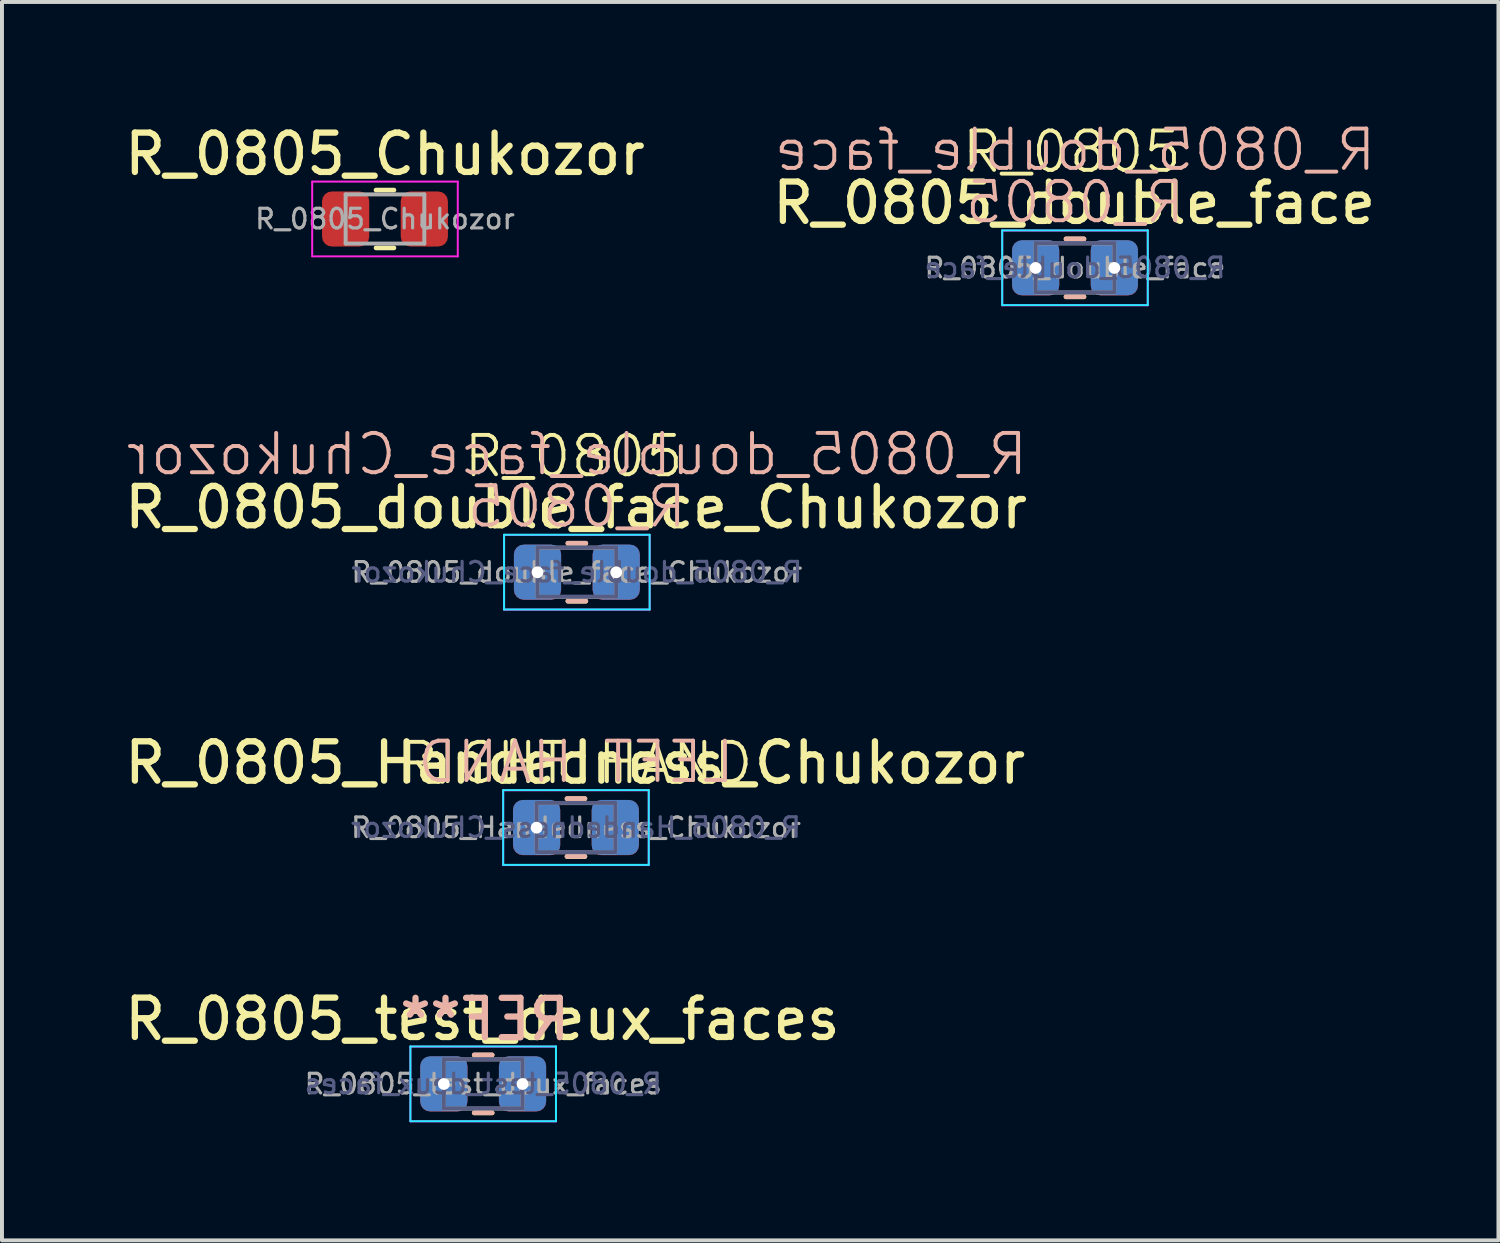
<source format=kicad_pcb>
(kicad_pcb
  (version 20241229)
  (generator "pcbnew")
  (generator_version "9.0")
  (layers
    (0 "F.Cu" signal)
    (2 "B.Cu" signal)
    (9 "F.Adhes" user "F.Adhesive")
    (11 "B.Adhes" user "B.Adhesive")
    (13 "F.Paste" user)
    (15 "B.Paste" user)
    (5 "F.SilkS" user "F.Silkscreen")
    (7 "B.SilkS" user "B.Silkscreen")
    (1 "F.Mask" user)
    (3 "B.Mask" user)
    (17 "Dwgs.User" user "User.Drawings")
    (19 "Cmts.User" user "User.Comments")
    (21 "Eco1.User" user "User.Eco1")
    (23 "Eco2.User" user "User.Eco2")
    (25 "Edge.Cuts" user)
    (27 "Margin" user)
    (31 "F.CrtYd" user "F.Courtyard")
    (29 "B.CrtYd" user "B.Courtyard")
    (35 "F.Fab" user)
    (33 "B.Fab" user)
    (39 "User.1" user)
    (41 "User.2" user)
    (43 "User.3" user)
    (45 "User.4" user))
  (footprint "R_0805_double_face"
    (layer "F.Cu")
    (at 24.273 3.76)
    (property "Reference" "R_0805_double_face" (at -0.02 -1.65 0) (layer "F.SilkS") (effects (font (size 1 1) (thickness 0.16))))
    (property "Value" "R_0805" (at 0 1.65 0) (layer "F.Fab") (hide yes) (effects (font (size 1 1) (thickness 0.15))))
    (property "F.Silkscreen_Value" "${VALUE}" (at -0.08 -2.95 0) (layer "F.SilkS") (effects (font (size 1 1) (thickness 0.1))))
    (property "B.Silkscreen_Ref" "${REFERENCE}" (at 0 -3 0) (layer "B.SilkS") (effects (font (size 1 1) (thickness 0.1)) (justify mirror)))
    (property "B.Silkscreen_Value" "${VALUE}" (at 0 -1.67 0) (layer "B.SilkS") (effects (font (size 1 1) (thickness 0.1)) (justify mirror)))
    (attr smd)
    (fp_line (start -0.227 -0.735) (end 0.227 -0.735) (stroke (width 0.12) (type solid)) (layer "F.SilkS"))
    (fp_line (start -0.227 0.735) (end 0.227 0.735) (stroke (width 0.12) (type solid)) (layer "F.SilkS"))
    (fp_line (start -0.227 -0.74) (end 0.227 -0.74) (stroke (width 0.12) (type solid)) (layer "B.SilkS"))
    (fp_line (start -0.227 0.73) (end 0.227 0.73) (stroke (width 0.12) (type solid)) (layer "B.SilkS"))
    (fp_line (start -1.85 -0.955) (end 1.85 -0.955) (stroke (width 0.05) (type solid)) (layer "B.CrtYd"))
    (fp_line (start -1.85 0.945) (end -1.85 -0.955) (stroke (width 0.05) (type solid)) (layer "B.CrtYd"))
    (fp_line (start 1.85 -0.955) (end 1.85 0.945) (stroke (width 0.05) (type solid)) (layer "B.CrtYd"))
    (fp_line (start 1.85 0.945) (end -1.85 0.945) (stroke (width 0.05) (type solid)) (layer "B.CrtYd"))
    (fp_line (start -1.85 -0.95) (end 1.85 -0.95) (stroke (width 0.05) (type solid)) (layer "F.CrtYd"))
    (fp_line (start -1.85 0.95) (end -1.85 -0.95) (stroke (width 0.05) (type solid)) (layer "F.CrtYd"))
    (fp_line (start 1.85 -0.95) (end 1.85 0.95) (stroke (width 0.05) (type solid)) (layer "F.CrtYd"))
    (fp_line (start 1.85 0.95) (end -1.85 0.95) (stroke (width 0.05) (type solid)) (layer "F.CrtYd"))
    (fp_line (start -1 -0.63) (end 1 -0.63) (stroke (width 0.1) (type solid)) (layer "B.Fab"))
    (fp_line (start -1 0.62) (end -1 -0.63) (stroke (width 0.1) (type solid)) (layer "B.Fab"))
    (fp_line (start 1 -0.63) (end 1 0.62) (stroke (width 0.1) (type solid)) (layer "B.Fab"))
    (fp_line (start 1 0.62) (end -1 0.62) (stroke (width 0.1) (type solid)) (layer "B.Fab"))
    (fp_line (start -1 -0.625) (end 1 -0.625) (stroke (width 0.1) (type solid)) (layer "F.Fab"))
    (fp_line (start -1 0.625) (end -1 -0.625) (stroke (width 0.1) (type solid)) (layer "F.Fab"))
    (fp_line (start 1 -0.625) (end 1 0.625) (stroke (width 0.1) (type solid)) (layer "F.Fab"))
    (fp_line (start 1 0.625) (end -1 0.625) (stroke (width 0.1) (type solid)) (layer "F.Fab"))
    (fp_text user "${REFERENCE}" (at 0 -0.005 0) (layer "B.Fab") (effects (font (size 0.5 0.5) (thickness 0.08)) (justify mirror)))
    (fp_text user "${REFERENCE}" (at 0 0 0) (layer "F.Fab") (effects (font (size 0.5 0.5) (thickness 0.08))))
    (pad "1" smd roundrect (at -1 -0.005) (size 1.2 1.4) (layers "B.Cu" "B.Mask" "B.Paste") (roundrect_rratio 0.208))
    (pad "1" thru_hole circle (at -1 0) (size 0.6 0.6) (drill 0.3) (layers "*.Cu"))
    (pad "1" smd roundrect (at -1 0) (size 1.2 1.4) (layers "F.Cu" "F.Mask" "F.Paste") (roundrect_rratio 0.208))
    (pad "2" smd roundrect (at 1 -0.005) (size 1.2 1.4) (layers "B.Cu" "B.Mask" "B.Paste") (roundrect_rratio 0.208))
    (pad "2" thru_hole circle (at 1 0) (size 0.6 0.6) (drill 0.3) (layers "*.Cu"))
    (pad "2" smd roundrect (at 1 0) (size 1.2 1.4) (layers "F.Cu" "F.Mask" "F.Paste") (roundrect_rratio 0.208)))
  (footprint "R_0805_double_face_Chukozor"
    (layer "F.Cu")
    (at 11.612 11.496)
    (property "Reference" "R_0805_double_face_Chukozor" (at -0.02 -1.65 0) (layer "F.SilkS") (effects (font (size 1 1) (thickness 0.16))))
    (property "Value" "R_0805" (at 0 1.65 0) (layer "F.Fab") (hide yes) (effects (font (size 1 1) (thickness 0.15))))
    (property "F.Silkscreen_Value" "${VALUE}" (at -0.08 -2.95 0) (layer "F.SilkS") (effects (font (size 1 1) (thickness 0.1))))
    (property "B.Silkscreen_Ref" "${REFERENCE}" (at 0 -3 0) (layer "B.SilkS") (effects (font (size 1 1) (thickness 0.1)) (justify mirror)))
    (property "B.Silkscreen_Value" "${VALUE}" (at 0 -1.67 0) (layer "B.SilkS") (effects (font (size 1 1) (thickness 0.1)) (justify mirror)))
    (attr smd)
    (fp_line (start -0.227 -0.735) (end 0.227 -0.735) (stroke (width 0.12) (type solid)) (layer "F.SilkS"))
    (fp_line (start -0.227 0.735) (end 0.227 0.735) (stroke (width 0.12) (type solid)) (layer "F.SilkS"))
    (fp_line (start -0.227 -0.74) (end 0.227 -0.74) (stroke (width 0.12) (type solid)) (layer "B.SilkS"))
    (fp_line (start -0.227 0.73) (end 0.227 0.73) (stroke (width 0.12) (type solid)) (layer "B.SilkS"))
    (fp_line (start -1.85 -0.955) (end 1.85 -0.955) (stroke (width 0.05) (type solid)) (layer "B.CrtYd"))
    (fp_line (start -1.85 0.945) (end -1.85 -0.955) (stroke (width 0.05) (type solid)) (layer "B.CrtYd"))
    (fp_line (start 1.85 -0.955) (end 1.85 0.945) (stroke (width 0.05) (type solid)) (layer "B.CrtYd"))
    (fp_line (start 1.85 0.945) (end -1.85 0.945) (stroke (width 0.05) (type solid)) (layer "B.CrtYd"))
    (fp_line (start -1.85 -0.95) (end 1.85 -0.95) (stroke (width 0.05) (type solid)) (layer "F.CrtYd"))
    (fp_line (start -1.85 0.95) (end -1.85 -0.95) (stroke (width 0.05) (type solid)) (layer "F.CrtYd"))
    (fp_line (start 1.85 -0.95) (end 1.85 0.95) (stroke (width 0.05) (type solid)) (layer "F.CrtYd"))
    (fp_line (start 1.85 0.95) (end -1.85 0.95) (stroke (width 0.05) (type solid)) (layer "F.CrtYd"))
    (fp_line (start -1 -0.63) (end 1 -0.63) (stroke (width 0.1) (type solid)) (layer "B.Fab"))
    (fp_line (start -1 0.62) (end -1 -0.63) (stroke (width 0.1) (type solid)) (layer "B.Fab"))
    (fp_line (start 1 -0.63) (end 1 0.62) (stroke (width 0.1) (type solid)) (layer "B.Fab"))
    (fp_line (start 1 0.62) (end -1 0.62) (stroke (width 0.1) (type solid)) (layer "B.Fab"))
    (fp_line (start -1 -0.625) (end 1 -0.625) (stroke (width 0.1) (type solid)) (layer "F.Fab"))
    (fp_line (start -1 0.625) (end -1 -0.625) (stroke (width 0.1) (type solid)) (layer "F.Fab"))
    (fp_line (start 1 -0.625) (end 1 0.625) (stroke (width 0.1) (type solid)) (layer "F.Fab"))
    (fp_line (start 1 0.625) (end -1 0.625) (stroke (width 0.1) (type solid)) (layer "F.Fab"))
    (fp_text user "${REFERENCE}" (at 0 -0.005 0) (layer "B.Fab") (effects (font (size 0.5 0.5) (thickness 0.08)) (justify mirror)))
    (fp_text user "${REFERENCE}" (at 0 0 0) (layer "F.Fab") (effects (font (size 0.5 0.5) (thickness 0.08))))
    (pad "1" smd roundrect (at -1 -0.005) (size 1.2 1.4) (layers "B.Cu" "B.Mask" "B.Paste") (roundrect_rratio 0.208))
    (pad "1" thru_hole circle (at -1 0) (size 0.6 0.6) (drill 0.3) (layers "*.Cu"))
    (pad "1" smd roundrect (at -1 0) (size 1.2 1.4) (layers "F.Cu" "F.Mask" "F.Paste") (roundrect_rratio 0.208))
    (pad "2" smd roundrect (at 1 -0.005) (size 1.2 1.4) (layers "B.Cu" "B.Mask" "B.Paste") (roundrect_rratio 0.208))
    (pad "2" thru_hole circle (at 1 0) (size 0.6 0.6) (drill 0.3) (layers "*.Cu"))
    (pad "2" smd roundrect (at 1 0) (size 1.2 1.4) (layers "F.Cu" "F.Mask" "F.Paste") (roundrect_rratio 0.208)))
  (footprint "R_0805_Chukozor"
    (layer "F.Cu")
    (at 6.735 2.516)
    (property "Reference" "R_0805_Chukozor" (at 0 -1.65 0) (layer "F.SilkS") (effects (font (size 1 1) (thickness 0.16))))
    (attr smd)
    (fp_line (start -0.227 -0.735) (end 0.227 -0.735) (stroke (width 0.12) (type solid)) (layer "F.SilkS"))
    (fp_line (start -0.227 0.735) (end 0.227 0.735) (stroke (width 0.12) (type solid)) (layer "F.SilkS"))
    (fp_line (start -1.85 -0.95) (end 1.85 -0.95) (stroke (width 0.05) (type solid)) (layer "F.CrtYd"))
    (fp_line (start -1.85 0.95) (end -1.85 -0.95) (stroke (width 0.05) (type solid)) (layer "F.CrtYd"))
    (fp_line (start 1.85 -0.95) (end 1.85 0.95) (stroke (width 0.05) (type solid)) (layer "F.CrtYd"))
    (fp_line (start 1.85 0.95) (end -1.85 0.95) (stroke (width 0.05) (type solid)) (layer "F.CrtYd"))
    (fp_line (start -1 -0.625) (end 1 -0.625) (stroke (width 0.1) (type solid)) (layer "F.Fab"))
    (fp_line (start -1 0.625) (end -1 -0.625) (stroke (width 0.1) (type solid)) (layer "F.Fab"))
    (fp_line (start 1 -0.625) (end 1 0.625) (stroke (width 0.1) (type solid)) (layer "F.Fab"))
    (fp_line (start 1 0.625) (end -1 0.625) (stroke (width 0.1) (type solid)) (layer "F.Fab"))
    (fp_text user "${REFERENCE}" (at 0 0 0) (layer "F.Fab") (effects (font (size 0.5 0.5) (thickness 0.08))))
    (pad "1" smd roundrect (at -1 0) (size 1.2 1.4) (layers "F.Cu" "F.Mask" "F.Paste") (roundrect_rratio 0.208))
    (pad "2" smd roundrect (at 1 0) (size 1.2 1.4) (layers "F.Cu" "F.Mask" "F.Paste") (roundrect_rratio 0.208)))
  (footprint "R_0805_test_deux_faces"
    (layer "F.Cu")
    (at 9.231 24.502)
    (property "Reference" "R_0805_test_deux_faces" (at -0.02 -1.65 0) (layer "F.SilkS") (effects (font (size 1 1) (thickness 0.16))))
    (attr smd)
    (fp_line (start -0.227 -0.735) (end 0.227 -0.735) (stroke (width 0.12) (type solid)) (layer "F.SilkS"))
    (fp_line (start -0.227 0.735) (end 0.227 0.735) (stroke (width 0.12) (type solid)) (layer "F.SilkS"))
    (fp_line (start -0.227 -0.74) (end 0.227 -0.74) (stroke (width 0.12) (type solid)) (layer "B.SilkS"))
    (fp_line (start -0.227 0.73) (end 0.227 0.73) (stroke (width 0.12) (type solid)) (layer "B.SilkS"))
    (fp_line (start -1.85 -0.955) (end 1.85 -0.955) (stroke (width 0.05) (type solid)) (layer "B.CrtYd"))
    (fp_line (start -1.85 0.945) (end -1.85 -0.955) (stroke (width 0.05) (type solid)) (layer "B.CrtYd"))
    (fp_line (start 1.85 -0.955) (end 1.85 0.945) (stroke (width 0.05) (type solid)) (layer "B.CrtYd"))
    (fp_line (start 1.85 0.945) (end -1.85 0.945) (stroke (width 0.05) (type solid)) (layer "B.CrtYd"))
    (fp_line (start -1.85 -0.95) (end 1.85 -0.95) (stroke (width 0.05) (type solid)) (layer "F.CrtYd"))
    (fp_line (start -1.85 0.95) (end -1.85 -0.95) (stroke (width 0.05) (type solid)) (layer "F.CrtYd"))
    (fp_line (start 1.85 -0.95) (end 1.85 0.95) (stroke (width 0.05) (type solid)) (layer "F.CrtYd"))
    (fp_line (start 1.85 0.95) (end -1.85 0.95) (stroke (width 0.05) (type solid)) (layer "F.CrtYd"))
    (fp_line (start -1 -0.63) (end 1 -0.63) (stroke (width 0.1) (type solid)) (layer "B.Fab"))
    (fp_line (start -1 0.62) (end -1 -0.63) (stroke (width 0.1) (type solid)) (layer "B.Fab"))
    (fp_line (start 1 -0.63) (end 1 0.62) (stroke (width 0.1) (type solid)) (layer "B.Fab"))
    (fp_line (start 1 0.62) (end -1 0.62) (stroke (width 0.1) (type solid)) (layer "B.Fab"))
    (fp_line (start -1 -0.625) (end 1 -0.625) (stroke (width 0.1) (type solid)) (layer "F.Fab"))
    (fp_line (start -1 0.625) (end -1 -0.625) (stroke (width 0.1) (type solid)) (layer "F.Fab"))
    (fp_line (start 1 -0.625) (end 1 0.625) (stroke (width 0.1) (type solid)) (layer "F.Fab"))
    (fp_line (start 1 0.625) (end -1 0.625) (stroke (width 0.1) (type solid)) (layer "F.Fab"))
    (fp_text user "REF**" (at 2.29 -1.06 0) (unlocked yes) (layer "B.SilkS") (effects (font (size 1 1) (thickness 0.16)) (justify left bottom mirror)))
    (fp_text user "${REFERENCE}" (at 0 -0.005 0) (layer "B.Fab") (effects (font (size 0.5 0.5) (thickness 0.08)) (justify mirror)))
    (fp_text user "${REFERENCE}" (at 0 0 0) (layer "F.Fab") (effects (font (size 0.5 0.5) (thickness 0.08))))
    (pad "1" smd roundrect (at -1 -0.005) (size 1.2 1.4) (layers "B.Cu" "B.Mask" "B.Paste") (roundrect_rratio 0.208))
    (pad "1" thru_hole circle (at -1 0) (size 0.6 0.6) (drill 0.3) (layers "*.Cu"))
    (pad "1" smd roundrect (at -1 0) (size 1.2 1.4) (layers "F.Cu" "F.Mask" "F.Paste") (roundrect_rratio 0.208))
    (pad "2" smd roundrect (at 1 -0.005) (size 1.2 1.4) (layers "B.Cu" "B.Mask" "B.Paste") (roundrect_rratio 0.208))
    (pad "2" thru_hole circle (at 1 0) (size 0.6 0.6) (drill 0.3) (layers "*.Cu"))
    (pad "2" smd roundrect (at 1 0) (size 1.2 1.4) (layers "F.Cu" "F.Mask" "F.Paste") (roundrect_rratio 0.208)))
  (footprint "R_0805_Handedness_Chukozor"
    (layer "F.Cu")
    (at 11.589 17.987)
    (property "Reference" "R_0805_Handedness_Chukozor" (at -0.02 -1.65 0) (layer "F.SilkS") (effects (font (size 1 1) (thickness 0.16))))
    (property "F.Silkscreen_Value" "RIGHT HAND" (at 0 -1.64 0) (layer "F.SilkS") (effects (font (size 1 1) (thickness 0.1))))
    (property "B.Silkscreen_Value" "LEFT HAND" (at 0 -1.67 0) (layer "B.SilkS") (effects (font (size 1 1) (thickness 0.1)) (justify mirror)))
    (attr through_hole)
    (fp_line (start -0.227 -0.735) (end 0.227 -0.735) (stroke (width 0.12) (type solid)) (layer "F.SilkS"))
    (fp_line (start -0.227 0.735) (end 0.227 0.735) (stroke (width 0.12) (type solid)) (layer "F.SilkS"))
    (fp_line (start -0.227 -0.74) (end 0.227 -0.74) (stroke (width 0.12) (type solid)) (layer "B.SilkS"))
    (fp_line (start -0.227 0.73) (end 0.227 0.73) (stroke (width 0.12) (type solid)) (layer "B.SilkS"))
    (fp_line (start -1.85 -0.955) (end 1.85 -0.955) (stroke (width 0.05) (type solid)) (layer "B.CrtYd"))
    (fp_line (start -1.85 0.945) (end -1.85 -0.955) (stroke (width 0.05) (type solid)) (layer "B.CrtYd"))
    (fp_line (start 1.85 -0.955) (end 1.85 0.945) (stroke (width 0.05) (type solid)) (layer "B.CrtYd"))
    (fp_line (start 1.85 0.945) (end -1.85 0.945) (stroke (width 0.05) (type solid)) (layer "B.CrtYd"))
    (fp_line (start -1.85 -0.95) (end 1.85 -0.95) (stroke (width 0.05) (type solid)) (layer "F.CrtYd"))
    (fp_line (start -1.85 0.95) (end -1.85 -0.95) (stroke (width 0.05) (type solid)) (layer "F.CrtYd"))
    (fp_line (start 1.85 -0.95) (end 1.85 0.95) (stroke (width 0.05) (type solid)) (layer "F.CrtYd"))
    (fp_line (start 1.85 0.95) (end -1.85 0.95) (stroke (width 0.05) (type solid)) (layer "F.CrtYd"))
    (fp_line (start -1 -0.63) (end 1 -0.63) (stroke (width 0.1) (type solid)) (layer "B.Fab"))
    (fp_line (start -1 0.62) (end -1 -0.63) (stroke (width 0.1) (type solid)) (layer "B.Fab"))
    (fp_line (start 1 -0.63) (end 1 0.62) (stroke (width 0.1) (type solid)) (layer "B.Fab"))
    (fp_line (start 1 0.62) (end -1 0.62) (stroke (width 0.1) (type solid)) (layer "B.Fab"))
    (fp_line (start -1 -0.625) (end 1 -0.625) (stroke (width 0.1) (type solid)) (layer "F.Fab"))
    (fp_line (start -1 0.625) (end -1 -0.625) (stroke (width 0.1) (type solid)) (layer "F.Fab"))
    (fp_line (start 1 -0.625) (end 1 0.625) (stroke (width 0.1) (type solid)) (layer "F.Fab"))
    (fp_line (start 1 0.625) (end -1 0.625) (stroke (width 0.1) (type solid)) (layer "F.Fab"))
    (fp_text user "${REFERENCE}" (at 0 -0.005 0) (layer "B.Fab") (effects (font (size 0.5 0.5) (thickness 0.08)) (justify mirror)))
    (fp_text user "${REFERENCE}" (at 0 0 0) (layer "F.Fab") (effects (font (size 0.5 0.5) (thickness 0.08))))
    (pad "1" smd roundrect (at 1 0) (size 1.2 1.4) (layers "F.Cu" "F.Mask" "F.Paste") (roundrect_rratio 0.208))
    (pad "2" smd roundrect (at 1 -0.005) (size 1.2 1.4) (layers "B.Cu" "B.Mask" "B.Paste") (roundrect_rratio 0.208))
    (pad "3" smd roundrect (at -1 -0.005) (size 1.2 1.4) (layers "B.Cu" "B.Mask" "B.Paste") (roundrect_rratio 0.208))
    (pad "3" thru_hole circle (at -1 0) (size 0.6 0.6) (drill 0.3) (layers "*.Cu"))
    (pad "3" smd roundrect (at -1 0) (size 1.2 1.4) (layers "F.Cu" "F.Mask" "F.Paste") (roundrect_rratio 0.208)))
  (gr_rect
    (start -3 -3)
    (end 35.036 28.477)
    (stroke (width 0.1) (type default))
    (fill no)
    (layer "Edge.Cuts")))
</source>
